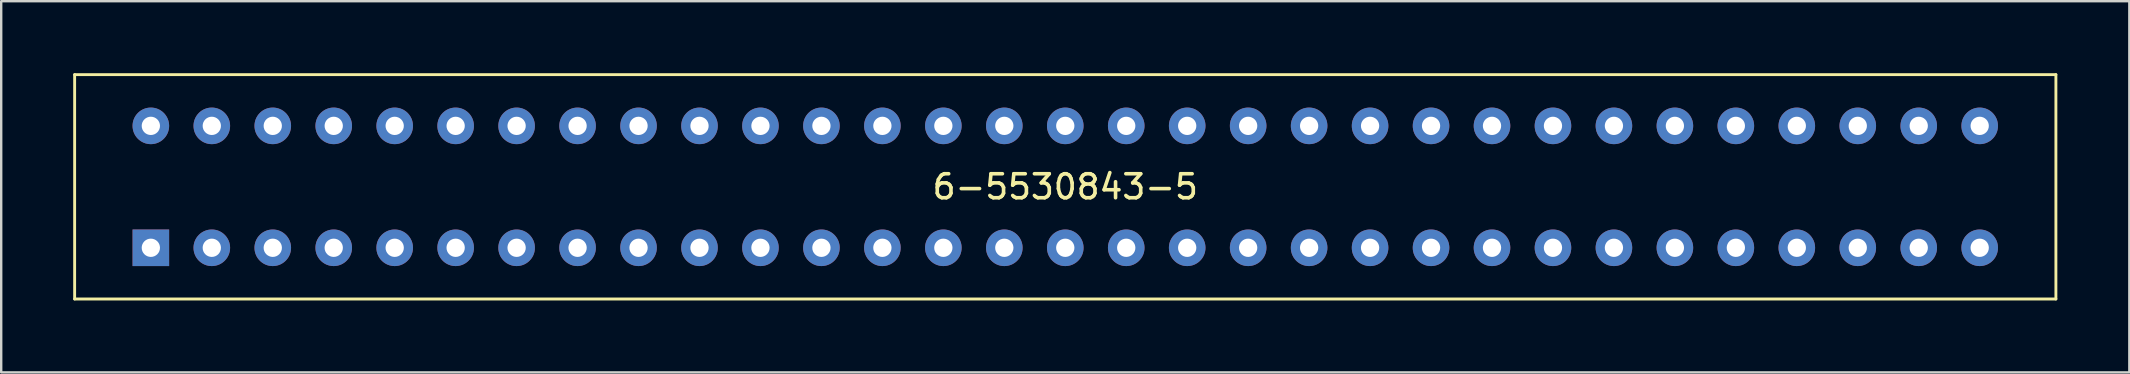
<source format=kicad_pcb>
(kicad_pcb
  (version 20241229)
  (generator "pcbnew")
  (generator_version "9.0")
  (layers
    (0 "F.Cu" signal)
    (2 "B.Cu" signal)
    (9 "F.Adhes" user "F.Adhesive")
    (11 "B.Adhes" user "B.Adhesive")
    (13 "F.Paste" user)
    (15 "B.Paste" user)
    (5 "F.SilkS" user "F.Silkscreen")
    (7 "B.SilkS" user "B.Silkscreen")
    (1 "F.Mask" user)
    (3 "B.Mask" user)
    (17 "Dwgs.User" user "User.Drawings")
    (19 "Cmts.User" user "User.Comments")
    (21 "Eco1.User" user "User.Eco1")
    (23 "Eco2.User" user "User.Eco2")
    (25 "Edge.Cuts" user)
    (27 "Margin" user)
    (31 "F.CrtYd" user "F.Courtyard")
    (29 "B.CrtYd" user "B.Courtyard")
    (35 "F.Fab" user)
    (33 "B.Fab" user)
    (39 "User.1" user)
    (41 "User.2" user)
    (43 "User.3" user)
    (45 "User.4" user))
  (footprint "6-5530843-5"
    (layer "F.Cu")
    (at 41.335 4.734)
    (property "Reference" "6-5530843-5" (at 0 0 0) (unlocked yes) (layer "F.SilkS") (effects (font (size 1 1) (thickness 0.15))))
    (attr through_hole)
    (fp_line (start -41.275 -4.674) (end -41.275 4.674) (stroke (width 0.12) (type solid)) (layer "F.SilkS"))
    (fp_line (start -41.275 -4.674) (end 41.275 -4.674) (stroke (width 0.12) (type solid)) (layer "F.SilkS"))
    (fp_line (start -41.275 4.674) (end 41.275 4.674) (stroke (width 0.12) (type solid)) (layer "F.SilkS"))
    (fp_line (start 41.275 -4.674) (end 41.275 4.674) (stroke (width 0.12) (type solid)) (layer "F.SilkS"))
    (pad "1" thru_hole rect (at -38.1 2.54 180) (size 1.524 1.524) (drill 0.762) (layers "*.Cu" "*.Mask"))
    (pad "2" thru_hole circle (at -35.56 2.54 180) (size 1.524 1.524) (drill 0.762) (layers "*.Cu" "*.Mask"))
    (pad "3" thru_hole circle (at -33.02 2.54 180) (size 1.524 1.524) (drill 0.762) (layers "*.Cu" "*.Mask"))
    (pad "4" thru_hole circle (at -30.48 2.54 180) (size 1.524 1.524) (drill 0.762) (layers "*.Cu" "*.Mask"))
    (pad "5" thru_hole circle (at -27.94 2.54 180) (size 1.524 1.524) (drill 0.762) (layers "*.Cu" "*.Mask"))
    (pad "6" thru_hole circle (at -25.4 2.54 180) (size 1.524 1.524) (drill 0.762) (layers "*.Cu" "*.Mask"))
    (pad "7" thru_hole circle (at -22.86 2.54 180) (size 1.524 1.524) (drill 0.762) (layers "*.Cu" "*.Mask"))
    (pad "8" thru_hole circle (at -20.32 2.54 180) (size 1.524 1.524) (drill 0.762) (layers "*.Cu" "*.Mask"))
    (pad "9" thru_hole circle (at -17.78 2.54 180) (size 1.524 1.524) (drill 0.762) (layers "*.Cu" "*.Mask"))
    (pad "10" thru_hole circle (at -15.24 2.54 180) (size 1.524 1.524) (drill 0.762) (layers "*.Cu" "*.Mask"))
    (pad "11" thru_hole circle (at -12.7 2.54 180) (size 1.524 1.524) (drill 0.762) (layers "*.Cu" "*.Mask"))
    (pad "12" thru_hole circle (at -10.16 2.54 180) (size 1.524 1.524) (drill 0.762) (layers "*.Cu" "*.Mask"))
    (pad "13" thru_hole circle (at -7.62 2.54 180) (size 1.524 1.524) (drill 0.762) (layers "*.Cu" "*.Mask"))
    (pad "14" thru_hole circle (at -5.08 2.54 180) (size 1.524 1.524) (drill 0.762) (layers "*.Cu" "*.Mask"))
    (pad "15" thru_hole circle (at -2.54 2.54 180) (size 1.524 1.524) (drill 0.762) (layers "*.Cu" "*.Mask"))
    (pad "16" thru_hole circle (at 0 2.54 180) (size 1.524 1.524) (drill 0.762) (layers "*.Cu" "*.Mask"))
    (pad "17" thru_hole circle (at 2.54 2.54 180) (size 1.524 1.524) (drill 0.762) (layers "*.Cu" "*.Mask"))
    (pad "18" thru_hole circle (at 5.08 2.54 180) (size 1.524 1.524) (drill 0.762) (layers "*.Cu" "*.Mask"))
    (pad "19" thru_hole circle (at 7.62 2.54 180) (size 1.524 1.524) (drill 0.762) (layers "*.Cu" "*.Mask"))
    (pad "20" thru_hole circle (at 10.16 2.54 180) (size 1.524 1.524) (drill 0.762) (layers "*.Cu" "*.Mask"))
    (pad "21" thru_hole circle (at 12.7 2.54 180) (size 1.524 1.524) (drill 0.762) (layers "*.Cu" "*.Mask"))
    (pad "22" thru_hole circle (at 15.24 2.54 180) (size 1.524 1.524) (drill 0.762) (layers "*.Cu" "*.Mask"))
    (pad "23" thru_hole circle (at 17.78 2.54 180) (size 1.524 1.524) (drill 0.762) (layers "*.Cu" "*.Mask"))
    (pad "24" thru_hole circle (at 20.32 2.54 180) (size 1.524 1.524) (drill 0.762) (layers "*.Cu" "*.Mask"))
    (pad "25" thru_hole circle (at 22.86 2.54 180) (size 1.524 1.524) (drill 0.762) (layers "*.Cu" "*.Mask"))
    (pad "26" thru_hole circle (at 25.4 2.54 180) (size 1.524 1.524) (drill 0.762) (layers "*.Cu" "*.Mask"))
    (pad "27" thru_hole circle (at 27.94 2.54 180) (size 1.524 1.524) (drill 0.762) (layers "*.Cu" "*.Mask"))
    (pad "28" thru_hole circle (at 30.48 2.54 180) (size 1.524 1.524) (drill 0.762) (layers "*.Cu" "*.Mask"))
    (pad "29" thru_hole circle (at 33.02 2.54 180) (size 1.524 1.524) (drill 0.762) (layers "*.Cu" "*.Mask"))
    (pad "30" thru_hole circle (at 35.56 2.54 180) (size 1.524 1.524) (drill 0.762) (layers "*.Cu" "*.Mask"))
    (pad "31" thru_hole circle (at 38.1 2.54 180) (size 1.524 1.524) (drill 0.762) (layers "*.Cu" "*.Mask"))
    (pad "32" thru_hole circle (at -38.1 -2.54) (size 1.524 1.524) (drill 0.762) (layers "*.Cu" "*.Mask"))
    (pad "33" thru_hole circle (at -35.56 -2.54) (size 1.524 1.524) (drill 0.762) (layers "*.Cu" "*.Mask"))
    (pad "34" thru_hole circle (at -33.02 -2.54) (size 1.524 1.524) (drill 0.762) (layers "*.Cu" "*.Mask"))
    (pad "35" thru_hole circle (at -30.48 -2.54) (size 1.524 1.524) (drill 0.762) (layers "*.Cu" "*.Mask"))
    (pad "36" thru_hole circle (at -27.94 -2.54) (size 1.524 1.524) (drill 0.762) (layers "*.Cu" "*.Mask"))
    (pad "37" thru_hole circle (at -25.4 -2.54) (size 1.524 1.524) (drill 0.762) (layers "*.Cu" "*.Mask"))
    (pad "38" thru_hole circle (at -22.86 -2.54) (size 1.524 1.524) (drill 0.762) (layers "*.Cu" "*.Mask"))
    (pad "39" thru_hole circle (at -20.32 -2.54) (size 1.524 1.524) (drill 0.762) (layers "*.Cu" "*.Mask"))
    (pad "40" thru_hole circle (at -17.78 -2.54) (size 1.524 1.524) (drill 0.762) (layers "*.Cu" "*.Mask"))
    (pad "41" thru_hole circle (at -15.24 -2.54) (size 1.524 1.524) (drill 0.762) (layers "*.Cu" "*.Mask"))
    (pad "42" thru_hole circle (at -12.7 -2.54) (size 1.524 1.524) (drill 0.762) (layers "*.Cu" "*.Mask"))
    (pad "43" thru_hole circle (at -10.16 -2.54) (size 1.524 1.524) (drill 0.762) (layers "*.Cu" "*.Mask"))
    (pad "44" thru_hole circle (at -7.62 -2.54) (size 1.524 1.524) (drill 0.762) (layers "*.Cu" "*.Mask"))
    (pad "45" thru_hole circle (at -5.08 -2.54) (size 1.524 1.524) (drill 0.762) (layers "*.Cu" "*.Mask"))
    (pad "46" thru_hole circle (at -2.54 -2.54) (size 1.524 1.524) (drill 0.762) (layers "*.Cu" "*.Mask"))
    (pad "47" thru_hole circle (at 0 -2.54) (size 1.524 1.524) (drill 0.762) (layers "*.Cu" "*.Mask"))
    (pad "48" thru_hole circle (at 2.54 -2.54) (size 1.524 1.524) (drill 0.762) (layers "*.Cu" "*.Mask"))
    (pad "49" thru_hole circle (at 5.08 -2.54) (size 1.524 1.524) (drill 0.762) (layers "*.Cu" "*.Mask"))
    (pad "50" thru_hole circle (at 7.62 -2.54) (size 1.524 1.524) (drill 0.762) (layers "*.Cu" "*.Mask"))
    (pad "51" thru_hole circle (at 10.16 -2.54) (size 1.524 1.524) (drill 0.762) (layers "*.Cu" "*.Mask"))
    (pad "52" thru_hole circle (at 12.7 -2.54) (size 1.524 1.524) (drill 0.762) (layers "*.Cu" "*.Mask"))
    (pad "53" thru_hole circle (at 15.24 -2.54) (size 1.524 1.524) (drill 0.762) (layers "*.Cu" "*.Mask"))
    (pad "54" thru_hole circle (at 17.78 -2.54) (size 1.524 1.524) (drill 0.762) (layers "*.Cu" "*.Mask"))
    (pad "55" thru_hole circle (at 20.32 -2.54) (size 1.524 1.524) (drill 0.762) (layers "*.Cu" "*.Mask"))
    (pad "56" thru_hole circle (at 22.86 -2.54) (size 1.524 1.524) (drill 0.762) (layers "*.Cu" "*.Mask"))
    (pad "57" thru_hole circle (at 25.4 -2.54) (size 1.524 1.524) (drill 0.762) (layers "*.Cu" "*.Mask"))
    (pad "58" thru_hole circle (at 27.94 -2.54) (size 1.524 1.524) (drill 0.762) (layers "*.Cu" "*.Mask"))
    (pad "59" thru_hole circle (at 30.48 -2.54) (size 1.524 1.524) (drill 0.762) (layers "*.Cu" "*.Mask"))
    (pad "60" thru_hole circle (at 33.02 -2.54) (size 1.524 1.524) (drill 0.762) (layers "*.Cu" "*.Mask"))
    (pad "61" thru_hole circle (at 35.56 -2.54) (size 1.524 1.524) (drill 0.762) (layers "*.Cu" "*.Mask"))
    (pad "62" thru_hole circle (at 38.1 -2.54) (size 1.524 1.524) (drill 0.762) (layers "*.Cu" "*.Mask")))
  (gr_rect
    (start -3 -3)
    (end 85.67 12.467)
    (stroke (width 0.1) (type default))
    (fill no)
    (layer "Edge.Cuts")))
</source>
